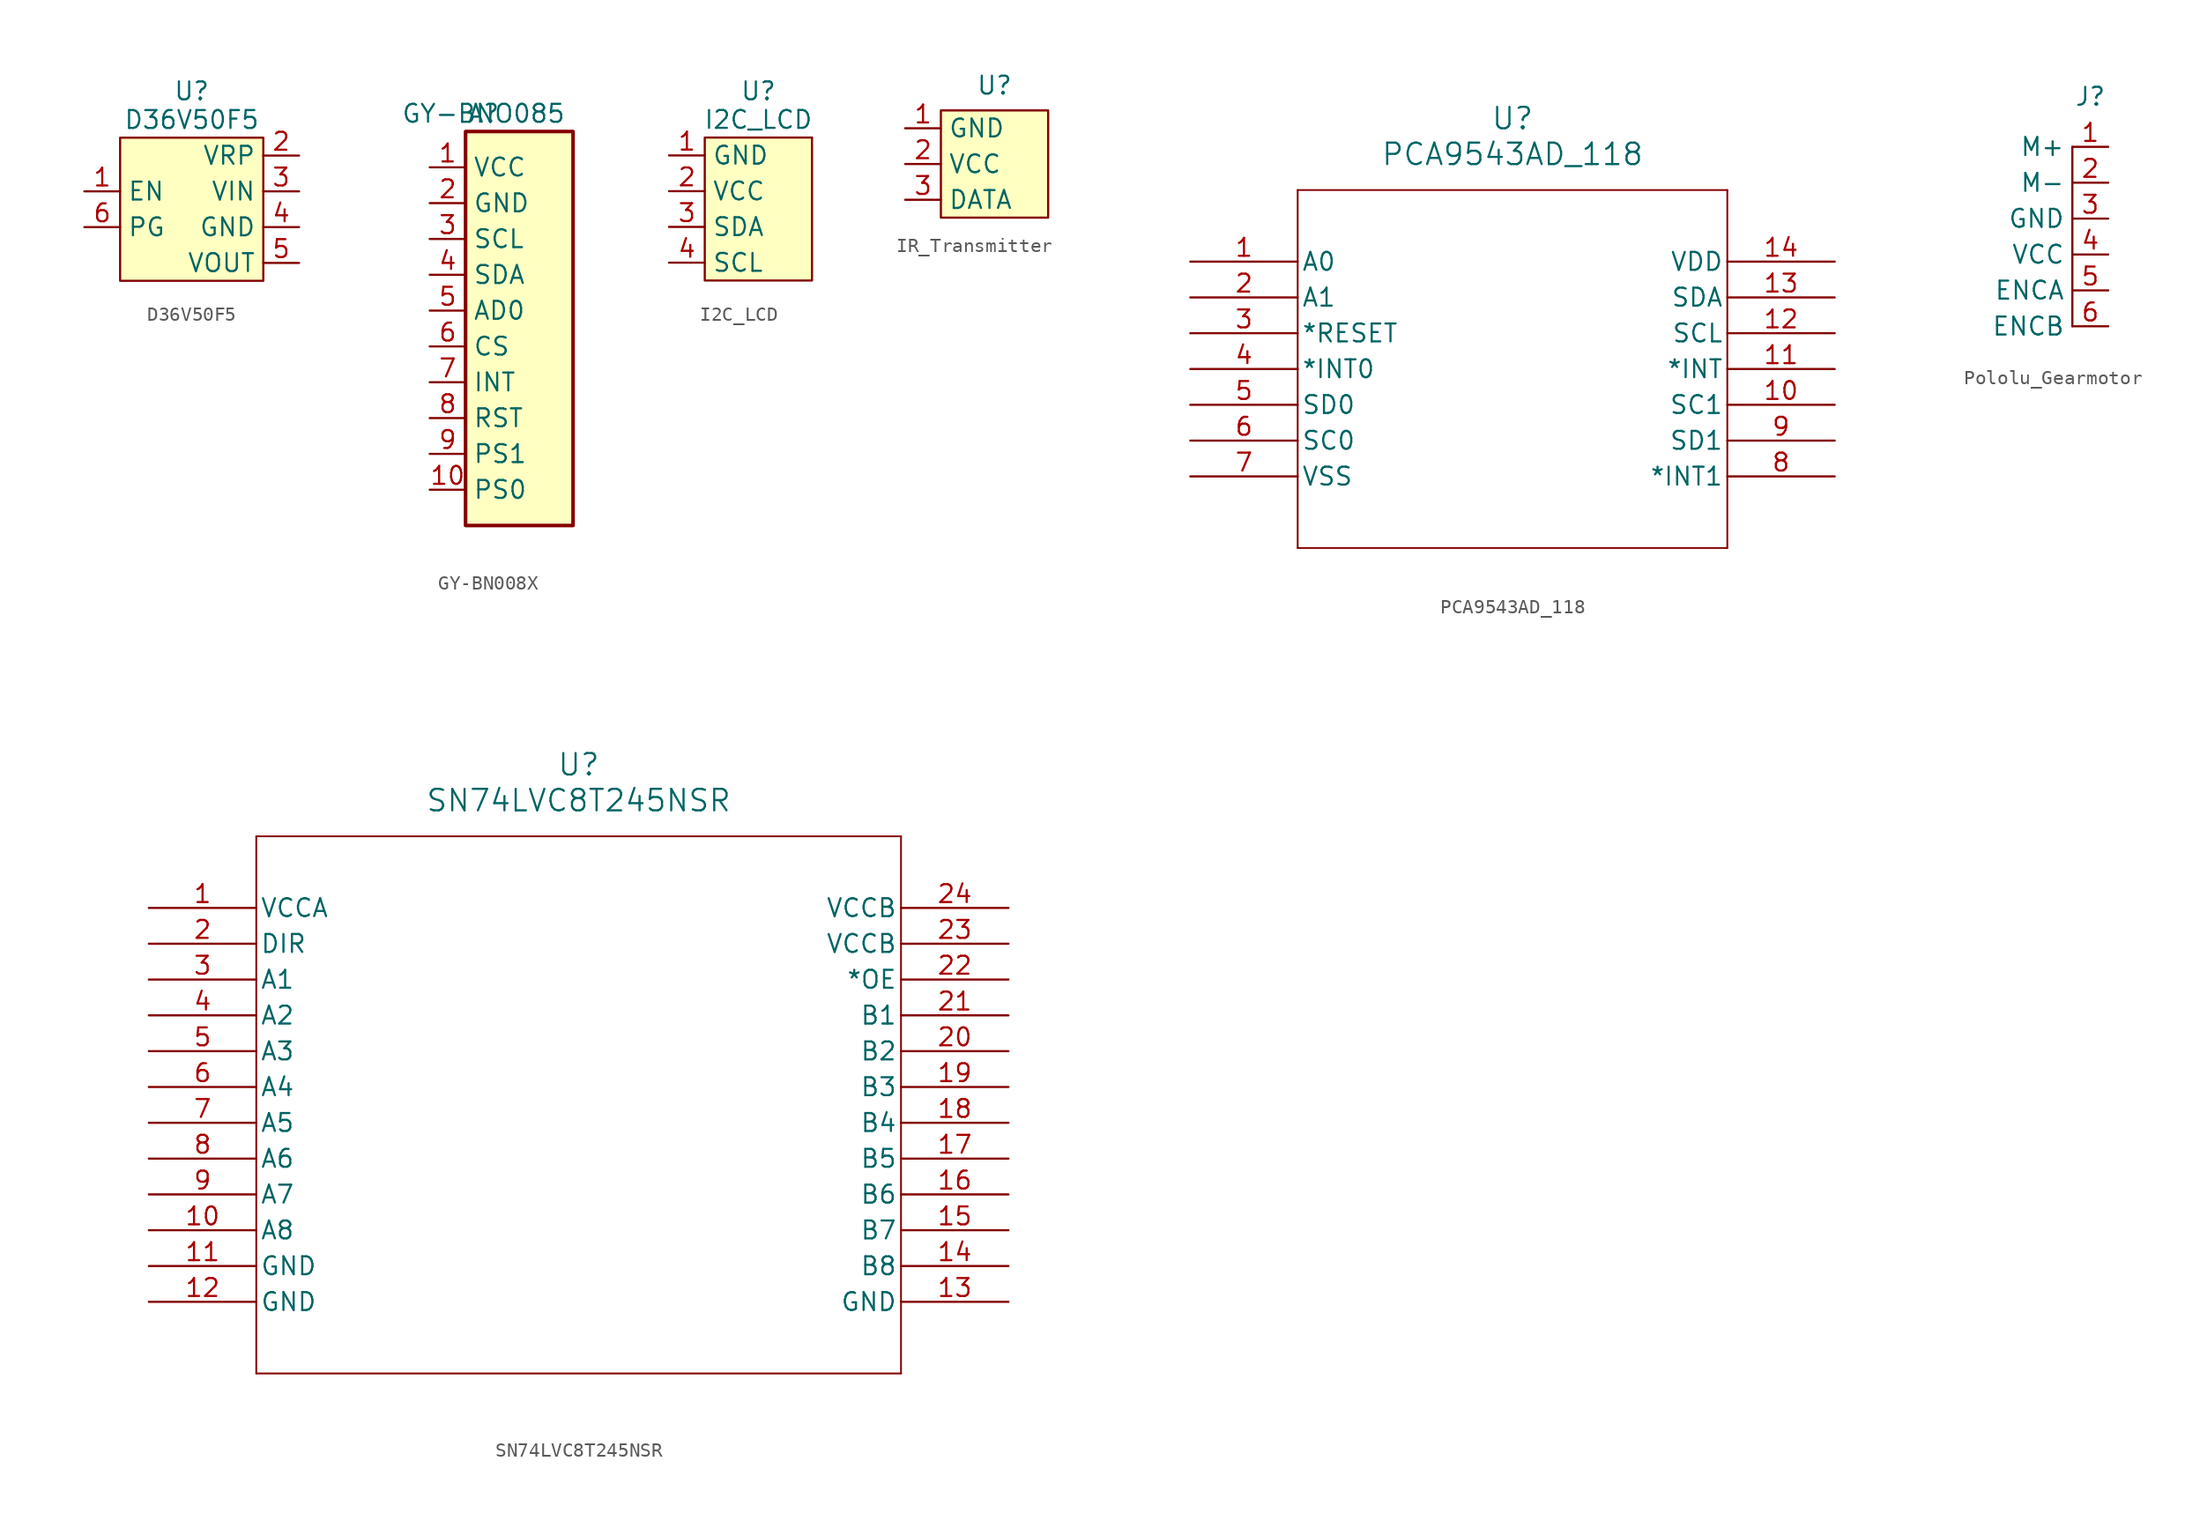
<source format=kicad_sym>
(kicad_symbol_lib
  (version 20241209)
  (generator "kicad_symbol_editor")
  (generator_version "9.0")
  (symbol "D36V50F5"
    (property "Reference" "U"
      (at 0 4.572 0)
      (effects (font (size 1.27 1.27))))
    (property "Value" "D36V50F5"
      (at 0 2.54 0)
      (effects (font (size 1.27 1.27))))
    (symbol "D36V50F5_1_1"
      (rectangle (start -5.08 1.27) (end 5.08 -8.89) (stroke (width 0) (type solid)) (fill (type background)))
      (pin input line (at -7.62 -2.54 0) (length 2.54) (name "EN" (effects (font (size 1.27 1.27)))) (number "1" (effects (font (size 1.27 1.27)))))
      (pin open_collector line (at -7.62 -5.08 0) (length 2.54) (name "PG" (effects (font (size 1.27 1.27)))) (number "6" (effects (font (size 1.27 1.27)))))
      (pin power_out line (at 7.62 0 180) (length 2.54) (name "VRP" (effects (font (size 1.27 1.27)))) (number "2" (effects (font (size 1.27 1.27)))))
      (pin power_in line (at 7.62 -2.54 180) (length 2.54) (name "VIN" (effects (font (size 1.27 1.27)))) (number "3" (effects (font (size 1.27 1.27)))))
      (pin power_in line (at 7.62 -5.08 180) (length 2.54) (name "GND" (effects (font (size 1.27 1.27)))) (number "4" (effects (font (size 1.27 1.27)))))
      (pin power_out line (at 7.62 -7.62 180) (length 2.54) (name "VOUT" (effects (font (size 1.27 1.27)))) (number "5" (effects (font (size 1.27 1.27)))))))
  (symbol "GY-BN008X"
    (property "Reference" "A"
      (at 0 0 0)
      (effects (font (size 1.27 1.27))))
    (property "Value" "GY-BNO085"
      (at 0 0 0)
      (effects (font (size 1.27 1.27))))
    (symbol "GY-BN008X_0_1"
      (rectangle (start -1.27 -1.27) (end 6.35 -29.21) (stroke (width 0.254) (type default)) (fill (type background))))
    (symbol "GY-BN008X_1_1"
      (pin power_in line (at -3.81 -3.81 0) (length 2.54) (name "VCC" (effects (font (size 1.27 1.27)))) (number "1" (effects (font (size 1.27 1.27)))))
      (pin power_in line (at -3.81 -6.35 0) (length 2.54) (name "GND" (effects (font (size 1.27 1.27)))) (number "2" (effects (font (size 1.27 1.27)))))
      (pin input line (at -3.81 -8.89 0) (length 2.54) (name "SCL" (effects (font (size 1.27 1.27)))) (number "3" (effects (font (size 1.27 1.27)))) (alternate "RX" input line) (alternate "SCK" input line))
      (pin bidirectional line (at -3.81 -11.43 0) (length 2.54) (name "SDA" (effects (font (size 1.27 1.27)))) (number "4" (effects (font (size 1.27 1.27)))) (alternate "MISO" output line) (alternate "TX" output line))
      (pin input line (at -3.81 -13.97 0) (length 2.54) (name "AD0" (effects (font (size 1.27 1.27)))) (number "5" (effects (font (size 1.27 1.27)))) (alternate "MOSI" input line))
      (pin input line (at -3.81 -16.51 0) (length 2.54) (name "CS" (effects (font (size 1.27 1.27)))) (number "6" (effects (font (size 1.27 1.27)))))
      (pin input line (at -3.81 -19.05 0) (length 2.54) (name "INT" (effects (font (size 1.27 1.27)))) (number "7" (effects (font (size 1.27 1.27)))))
      (pin input line (at -3.81 -21.59 0) (length 2.54) (name "RST" (effects (font (size 1.27 1.27)))) (number "8" (effects (font (size 1.27 1.27)))))
      (pin input line (at -3.81 -24.13 0) (length 2.54) (name "PS1" (effects (font (size 1.27 1.27)))) (number "9" (effects (font (size 1.27 1.27)))))
      (pin input line (at -3.81 -26.67 0) (length 2.54) (name "PS0" (effects (font (size 1.27 1.27)))) (number "10" (effects (font (size 1.27 1.27)))))))
  (symbol "I2C_LCD"
    (property "Reference" "U"
      (at 0 8.382 0)
      (effects (font (size 1.27 1.27))))
    (property "Value" "I2C_LCD"
      (at 0 6.35 0)
      (effects (font (size 1.27 1.27))))
    (symbol "I2C_LCD_1_1"
      (rectangle (start -3.81 5.08) (end 3.81 -5.08) (stroke (width 0) (type solid)) (fill (type background)))
      (pin power_in line (at -6.35 3.81 0) (length 2.54) (name "GND" (effects (font (size 1.27 1.27)))) (number "1" (effects (font (size 1.27 1.27)))))
      (pin power_in line (at -6.35 1.27 0) (length 2.54) (name "VCC" (effects (font (size 1.27 1.27)))) (number "2" (effects (font (size 1.27 1.27)))))
      (pin bidirectional line (at -6.35 -1.27 0) (length 2.54) (name "SDA" (effects (font (size 1.27 1.27)))) (number "3" (effects (font (size 1.27 1.27)))))
      (pin bidirectional line (at -6.35 -3.81 0) (length 2.54) (name "SCL" (effects (font (size 1.27 1.27)))) (number "4" (effects (font (size 1.27 1.27)))))))
  (symbol "IR_Transmitter"
    (property "Reference" "U"
      (at 0 5.588 0)
      (effects (font (size 1.27 1.27))))
    (property "Value" ""
      (at 0 0 0)
      (effects (font (size 1.27 1.27))))
    (symbol "IR_Transmitter_1_1"
      (rectangle (start -3.81 3.81) (end 3.81 -3.81) (stroke (width 0) (type solid)) (fill (type background)))
      (pin power_in line (at -6.35 2.54 0) (length 2.54) (name "GND" (effects (font (size 1.27 1.27)))) (number "1" (effects (font (size 1.27 1.27)))))
      (pin power_in line (at -6.35 0 0) (length 2.54) (name "VCC" (effects (font (size 1.27 1.27)))) (number "2" (effects (font (size 1.27 1.27)))))
      (pin input line (at -6.35 -2.54 0) (length 2.54) (name "DATA" (effects (font (size 1.27 1.27)))) (number "3" (effects (font (size 1.27 1.27)))))))
  (symbol "PCA9543AD_118"
    (pin_names
      (offset 0.254))
    (property "Reference" "U"
      (at 22.86 10.16 0)
      (effects (font (size 1.524 1.524))))
    (property "Value" "PCA9543AD_118"
      (at 22.86 7.62 0)
      (effects (font (size 1.524 1.524))))
    (symbol "PCA9543AD_118_0_1"
      (polyline (pts (xy 7.62 5.08) (xy 7.62 -20.32)) (stroke (width 0.127) (type default)) (fill (type none)))
      (polyline (pts (xy 7.62 -20.32) (xy 38.1 -20.32)) (stroke (width 0.127) (type default)) (fill (type none)))
      (polyline (pts (xy 38.1 -20.32) (xy 38.1 5.08)) (stroke (width 0.127) (type default)) (fill (type none)))
      (pin input line (at 0 0 0) (length 7.62) (name "A0" (effects (font (size 1.27 1.27)))) (number "1" (effects (font (size 1.27 1.27)))))
      (pin input line (at 0 -2.54 0) (length 7.62) (name "A1" (effects (font (size 1.27 1.27)))) (number "2" (effects (font (size 1.27 1.27)))))
      (pin input line (at 0 -5.08 0) (length 7.62) (name "*RESET" (effects (font (size 1.27 1.27)))) (number "3" (effects (font (size 1.27 1.27)))))
      (pin input line (at 0 -7.62 0) (length 7.62) (name "*INT0" (effects (font (size 1.27 1.27)))) (number "4" (effects (font (size 1.27 1.27)))))
      (pin bidirectional line (at 0 -10.16 0) (length 7.62) (name "SD0" (effects (font (size 1.27 1.27)))) (number "5" (effects (font (size 1.27 1.27)))))
      (pin input line (at 0 -12.7 0) (length 7.62) (name "SC0" (effects (font (size 1.27 1.27)))) (number "6" (effects (font (size 1.27 1.27)))))
      (pin power_in line (at 45.72 0 180) (length 7.62) (name "VDD" (effects (font (size 1.27 1.27)))) (number "14" (effects (font (size 1.27 1.27)))))
      (pin bidirectional line (at 45.72 -2.54 180) (length 7.62) (name "SDA" (effects (font (size 1.27 1.27)))) (number "13" (effects (font (size 1.27 1.27)))))
      (pin bidirectional line (at 45.72 -5.08 180) (length 7.62) (name "SCL" (effects (font (size 1.27 1.27)))) (number "12" (effects (font (size 1.27 1.27)))))
      (pin input line (at 45.72 -10.16 180) (length 7.62) (name "SC1" (effects (font (size 1.27 1.27)))) (number "10" (effects (font (size 1.27 1.27)))))
      (pin bidirectional line (at 45.72 -12.7 180) (length 7.62) (name "SD1" (effects (font (size 1.27 1.27)))) (number "9" (effects (font (size 1.27 1.27)))))
      (pin input line (at 45.72 -15.24 180) (length 7.62) (name "*INT1" (effects (font (size 1.27 1.27)))) (number "8" (effects (font (size 1.27 1.27))))))
    (symbol "PCA9543AD_118_1_1"
      (polyline (pts (xy 38.1 5.08) (xy 7.62 5.08)) (stroke (width 0.127) (type solid)) (fill (type background)))
      (pin power_in line (at 0 -15.24 0) (length 7.62) (name "VSS" (effects (font (size 1.27 1.27)))) (number "7" (effects (font (size 1.27 1.27)))))
      (pin output line (at 45.72 -7.62 180) (length 7.62) (name "*INT" (effects (font (size 1.27 1.27)))) (number "11" (effects (font (size 1.27 1.27)))))))
  (symbol "Pololu_Gearmotor"
    (property "Reference" "J"
      (at 0 3.556 0)
      (effects (font (size 1.27 1.27))))
    (property "Value" ""
      (at 0 0 0)
      (effects (font (size 1.27 1.27))))
    (symbol "Pololu_Gearmotor_0_1"
      (polyline (pts (xy -1.27 0) (xy -1.27 -12.7)) (stroke (width 0) (type default)) (fill (type none))))
    (symbol "Pololu_Gearmotor_1_1"
      (pin power_in line (at 1.27 0 180) (length 2.54) (name "M+" (effects (font (size 1.27 1.27)))) (number "1" (effects (font (size 1.27 1.27)))))
      (pin power_in line (at 1.27 -2.54 180) (length 2.54) (name "M-" (effects (font (size 1.27 1.27)))) (number "2" (effects (font (size 1.27 1.27)))))
      (pin power_in line (at 1.27 -5.08 180) (length 2.54) (name "GND" (effects (font (size 1.27 1.27)))) (number "3" (effects (font (size 1.27 1.27)))))
      (pin power_in line (at 1.27 -7.62 180) (length 2.54) (name "VCC" (effects (font (size 1.27 1.27)))) (number "4" (effects (font (size 1.27 1.27)))))
      (pin output line (at 1.27 -10.16 180) (length 2.54) (name "ENCA" (effects (font (size 1.27 1.27)))) (number "5" (effects (font (size 1.27 1.27)))))
      (pin output line (at 1.27 -12.7 180) (length 2.54) (name "ENCB" (effects (font (size 1.27 1.27)))) (number "6" (effects (font (size 1.27 1.27)))))))
  (symbol "SN74LVC8T245NSR"
    (pin_names
      (offset 0.254))
    (property "Reference" "U"
      (at 30.48 10.16 0)
      (effects (font (size 1.524 1.524))))
    (property "Value" "SN74LVC8T245NSR"
      (at 30.48 7.62 0)
      (effects (font (size 1.524 1.524))))
    (symbol "SN74LVC8T245NSR_0_1"
      (polyline (pts (xy 7.62 5.08) (xy 7.62 -33.02)) (stroke (width 0.127) (type default)) (fill (type none)))
      (polyline (pts (xy 7.62 -33.02) (xy 53.34 -33.02)) (stroke (width 0.127) (type default)) (fill (type none)))
      (polyline (pts (xy 53.34 5.08) (xy 7.62 5.08)) (stroke (width 0.127) (type default)) (fill (type none)))
      (polyline (pts (xy 53.34 -33.02) (xy 53.34 5.08)) (stroke (width 0.127) (type default)) (fill (type none)))
      (pin power_in line (at 0 0 0) (length 7.62) (name "VCCA" (effects (font (size 1.27 1.27)))) (number "1" (effects (font (size 1.27 1.27)))))
      (pin input line (at 0 -2.54 0) (length 7.62) (name "DIR" (effects (font (size 1.27 1.27)))) (number "2" (effects (font (size 1.27 1.27)))))
      (pin bidirectional line (at 0 -5.08 0) (length 7.62) (name "A1" (effects (font (size 1.27 1.27)))) (number "3" (effects (font (size 1.27 1.27)))))
      (pin bidirectional line (at 0 -7.62 0) (length 7.62) (name "A2" (effects (font (size 1.27 1.27)))) (number "4" (effects (font (size 1.27 1.27)))))
      (pin bidirectional line (at 0 -10.16 0) (length 7.62) (name "A3" (effects (font (size 1.27 1.27)))) (number "5" (effects (font (size 1.27 1.27)))))
      (pin bidirectional line (at 0 -12.7 0) (length 7.62) (name "A4" (effects (font (size 1.27 1.27)))) (number "6" (effects (font (size 1.27 1.27)))))
      (pin bidirectional line (at 0 -15.24 0) (length 7.62) (name "A5" (effects (font (size 1.27 1.27)))) (number "7" (effects (font (size 1.27 1.27)))))
      (pin bidirectional line (at 0 -17.78 0) (length 7.62) (name "A6" (effects (font (size 1.27 1.27)))) (number "8" (effects (font (size 1.27 1.27)))))
      (pin bidirectional line (at 0 -20.32 0) (length 7.62) (name "A7" (effects (font (size 1.27 1.27)))) (number "9" (effects (font (size 1.27 1.27)))))
      (pin bidirectional line (at 0 -22.86 0) (length 7.62) (name "A8" (effects (font (size 1.27 1.27)))) (number "10" (effects (font (size 1.27 1.27)))))
      (pin power_in line (at 0 -25.4 0) (length 7.62) (name "GND" (effects (font (size 1.27 1.27)))) (number "11" (effects (font (size 1.27 1.27)))))
      (pin power_in line (at 0 -27.94 0) (length 7.62) (name "GND" (effects (font (size 1.27 1.27)))) (number "12" (effects (font (size 1.27 1.27)))))
      (pin power_in line (at 60.96 0 180) (length 7.62) (name "VCCB" (effects (font (size 1.27 1.27)))) (number "24" (effects (font (size 1.27 1.27)))))
      (pin power_in line (at 60.96 -2.54 180) (length 7.62) (name "VCCB" (effects (font (size 1.27 1.27)))) (number "23" (effects (font (size 1.27 1.27)))))
      (pin input line (at 60.96 -5.08 180) (length 7.62) (name "*OE" (effects (font (size 1.27 1.27)))) (number "22" (effects (font (size 1.27 1.27)))))
      (pin bidirectional line (at 60.96 -7.62 180) (length 7.62) (name "B1" (effects (font (size 1.27 1.27)))) (number "21" (effects (font (size 1.27 1.27)))))
      (pin bidirectional line (at 60.96 -10.16 180) (length 7.62) (name "B2" (effects (font (size 1.27 1.27)))) (number "20" (effects (font (size 1.27 1.27)))))
      (pin bidirectional line (at 60.96 -12.7 180) (length 7.62) (name "B3" (effects (font (size 1.27 1.27)))) (number "19" (effects (font (size 1.27 1.27)))))
      (pin bidirectional line (at 60.96 -15.24 180) (length 7.62) (name "B4" (effects (font (size 1.27 1.27)))) (number "18" (effects (font (size 1.27 1.27)))))
      (pin bidirectional line (at 60.96 -17.78 180) (length 7.62) (name "B5" (effects (font (size 1.27 1.27)))) (number "17" (effects (font (size 1.27 1.27)))))
      (pin bidirectional line (at 60.96 -20.32 180) (length 7.62) (name "B6" (effects (font (size 1.27 1.27)))) (number "16" (effects (font (size 1.27 1.27)))))
      (pin bidirectional line (at 60.96 -22.86 180) (length 7.62) (name "B7" (effects (font (size 1.27 1.27)))) (number "15" (effects (font (size 1.27 1.27)))))
      (pin bidirectional line (at 60.96 -25.4 180) (length 7.62) (name "B8" (effects (font (size 1.27 1.27)))) (number "14" (effects (font (size 1.27 1.27)))))
      (pin power_in line (at 60.96 -27.94 180) (length 7.62) (name "GND" (effects (font (size 1.27 1.27)))) (number "13" (effects (font (size 1.27 1.27))))))))
</source>
